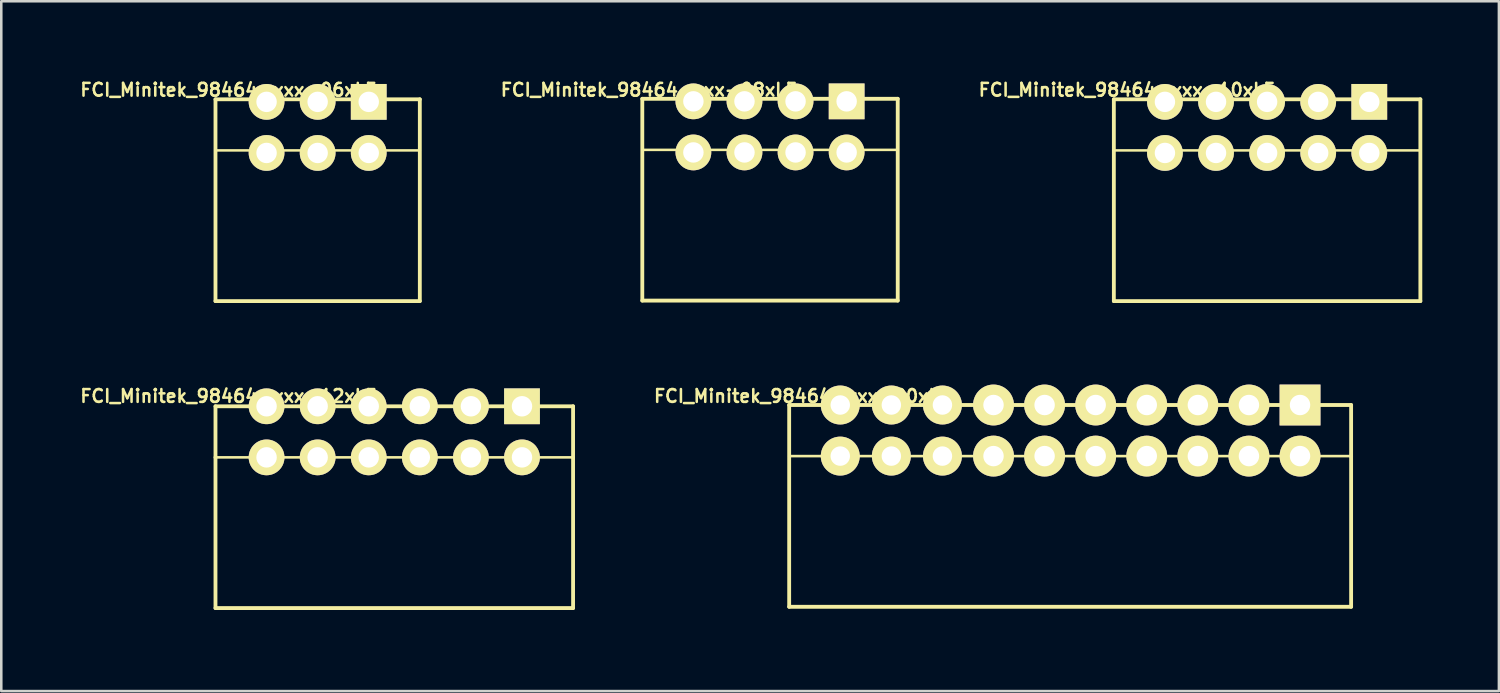
<source format=kicad_pcb>
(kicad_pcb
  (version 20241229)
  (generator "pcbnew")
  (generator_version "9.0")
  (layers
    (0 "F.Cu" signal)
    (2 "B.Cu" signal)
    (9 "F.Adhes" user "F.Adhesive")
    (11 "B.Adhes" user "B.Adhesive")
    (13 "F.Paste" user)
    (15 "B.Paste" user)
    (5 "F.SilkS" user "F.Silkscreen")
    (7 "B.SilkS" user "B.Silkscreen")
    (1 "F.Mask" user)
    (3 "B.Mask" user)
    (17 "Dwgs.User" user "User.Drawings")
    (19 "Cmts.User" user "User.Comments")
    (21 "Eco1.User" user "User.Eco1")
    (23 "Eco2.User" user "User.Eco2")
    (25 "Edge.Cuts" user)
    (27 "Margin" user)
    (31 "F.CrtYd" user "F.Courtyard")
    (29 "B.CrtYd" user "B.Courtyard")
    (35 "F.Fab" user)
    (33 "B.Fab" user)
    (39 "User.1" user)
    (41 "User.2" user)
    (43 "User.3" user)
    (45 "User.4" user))
  (footprint "FCI_Minitek_98464-xxx-10xLF"
    (layer "F.Cu")
    (at 46.557 8.738)
    (property "Reference" "FCI_Minitek_98464-xxx-10xLF" (at -5.5 -8.27 0) (layer "F.SilkS") (effects (font (size 0.5 0.5) (thickness 0.1))))
    (attr through_hole)
    (fp_line (start -6 0) (end -6 -7.9) (stroke (width 0.15) (type solid)) (layer "F.SilkS"))
    (fp_line (start 6 -7.9) (end -6 -7.9) (stroke (width 0.15) (type solid)) (layer "F.SilkS"))
    (fp_line (start 6 -5.9) (end -6 -5.9) (stroke (width 0.1) (type solid)) (layer "F.SilkS"))
    (fp_line (start 6 0) (end -6 0) (stroke (width 0.15) (type solid)) (layer "F.SilkS"))
    (fp_line (start 6 0) (end 6 -7.9) (stroke (width 0.15) (type solid)) (layer "F.SilkS"))
    (pad "1" thru_hole rect (at 4 -7.8 180) (size 1.4 1.4) (drill 0.8) (layers "*.Cu" "*.Mask" "F.SilkS"))
    (pad "2" thru_hole circle (at 4 -5.8 180) (size 1.4 1.4) (drill 0.8) (layers "*.Cu" "*.Mask" "F.SilkS"))
    (pad "3" thru_hole circle (at 2 -7.8 180) (size 1.4 1.4) (drill 0.8) (layers "*.Cu" "*.Mask" "F.SilkS"))
    (pad "4" thru_hole circle (at 2 -5.8 180) (size 1.4 1.4) (drill 0.8) (layers "*.Cu" "*.Mask" "F.SilkS"))
    (pad "5" thru_hole circle (at 0 -7.8 180) (size 1.4 1.4) (drill 0.8) (layers "*.Cu" "*.Mask" "F.SilkS"))
    (pad "6" thru_hole circle (at 0 -5.8 180) (size 1.4 1.4) (drill 0.8) (layers "*.Cu" "*.Mask" "F.SilkS"))
    (pad "7" thru_hole circle (at -2 -7.8 180) (size 1.4 1.4) (drill 0.8) (layers "*.Cu" "*.Mask" "F.SilkS"))
    (pad "8" thru_hole circle (at -2 -5.8 180) (size 1.4 1.4) (drill 0.8) (layers "*.Cu" "*.Mask" "F.SilkS"))
    (pad "9" thru_hole circle (at -4 -7.8 180) (size 1.4 1.4) (drill 0.8) (layers "*.Cu" "*.Mask" "F.SilkS"))
    (pad "10" thru_hole circle (at -4 -5.8 180) (size 1.4 1.4) (drill 0.8) (layers "*.Cu" "*.Mask" "F.SilkS")))
  (footprint "FCI_Minitek_98464-xxx-12xLF"
    (layer "F.Cu")
    (at 12.386 20.756)
    (property "Reference" "FCI_Minitek_98464-xxx-12xLF" (at -6.5 -8.3 0) (layer "F.SilkS") (effects (font (size 0.5 0.5) (thickness 0.1))))
    (attr through_hole)
    (fp_line (start -7 -7.9) (end 7 -7.9) (stroke (width 0.15) (type solid)) (layer "F.SilkS"))
    (fp_line (start -7 -5.9) (end -7 -7.9) (stroke (width 0.15) (type solid)) (layer "F.SilkS"))
    (fp_line (start -7 0) (end -7 -5.9) (stroke (width 0.15) (type solid)) (layer "F.SilkS"))
    (fp_line (start 7 -7.9) (end 7 -5.9) (stroke (width 0.15) (type solid)) (layer "F.SilkS"))
    (fp_line (start 7 -5.9) (end -7 -5.9) (stroke (width 0.1) (type solid)) (layer "F.SilkS"))
    (fp_line (start 7 0) (end -7 0) (stroke (width 0.15) (type solid)) (layer "F.SilkS"))
    (fp_line (start 7 0) (end 7 -5.9) (stroke (width 0.15) (type solid)) (layer "F.SilkS"))
    (pad "1" thru_hole rect (at 5 -7.9 180) (size 1.4 1.4) (drill 0.8) (layers "*.Cu" "*.Mask" "F.SilkS"))
    (pad "2" thru_hole circle (at 5 -5.9 180) (size 1.4 1.4) (drill 0.8) (layers "*.Cu" "*.Mask" "F.SilkS"))
    (pad "3" thru_hole circle (at 3 -7.9 180) (size 1.4 1.4) (drill 0.8) (layers "*.Cu" "*.Mask" "F.SilkS"))
    (pad "4" thru_hole circle (at 3 -5.9 180) (size 1.4 1.4) (drill 0.8) (layers "*.Cu" "*.Mask" "F.SilkS"))
    (pad "5" thru_hole circle (at 1 -7.9 180) (size 1.4 1.4) (drill 0.8) (layers "*.Cu" "*.Mask" "F.SilkS"))
    (pad "6" thru_hole circle (at 1 -5.9 180) (size 1.4 1.4) (drill 0.8) (layers "*.Cu" "*.Mask" "F.SilkS"))
    (pad "7" thru_hole circle (at -1 -7.9 180) (size 1.4 1.4) (drill 0.8) (layers "*.Cu" "*.Mask" "F.SilkS"))
    (pad "8" thru_hole circle (at -1 -5.9 180) (size 1.4 1.4) (drill 0.8) (layers "*.Cu" "*.Mask" "F.SilkS"))
    (pad "9" thru_hole circle (at -3 -7.9 180) (size 1.4 1.4) (drill 0.8) (layers "*.Cu" "*.Mask" "F.SilkS"))
    (pad "10" thru_hole circle (at -3 -5.9 180) (size 1.4 1.4) (drill 0.8) (layers "*.Cu" "*.Mask" "F.SilkS"))
    (pad "11" thru_hole circle (at -5 -7.9 180) (size 1.4 1.4) (drill 0.8) (layers "*.Cu" "*.Mask" "F.SilkS"))
    (pad "12" thru_hole circle (at -5 -5.9 180) (size 1.4 1.4) (drill 0.8) (layers "*.Cu" "*.Mask" "F.SilkS")))
  (footprint "FCI_Minitek_98464-xxx-20xLF"
    (layer "F.Cu")
    (at 38.846 20.706)
    (property "Reference" "FCI_Minitek_98464-xxx-20xLF" (at -10.5 -8.25 0) (layer "F.SilkS") (effects (font (size 0.5 0.5) (thickness 0.1))))
    (attr through_hole)
    (fp_line (start -11 -7.9) (end 11 -7.9) (stroke (width 0.15) (type solid)) (layer "F.SilkS"))
    (fp_line (start -11 0) (end -11 -7.9) (stroke (width 0.15) (type solid)) (layer "F.SilkS"))
    (fp_line (start 11 -7.9) (end 11 -5.9) (stroke (width 0.15) (type solid)) (layer "F.SilkS"))
    (fp_line (start 11 -5.9) (end -11 -5.9) (stroke (width 0.1) (type solid)) (layer "F.SilkS"))
    (fp_line (start 11 0) (end -11 0) (stroke (width 0.15) (type solid)) (layer "F.SilkS"))
    (fp_line (start 11 0) (end 11 -5.9) (stroke (width 0.15) (type solid)) (layer "F.SilkS"))
    (pad "1" thru_hole rect (at 9 -7.9 180) (size 1.6 1.6) (drill 0.8) (layers "*.Cu" "*.Mask" "F.SilkS"))
    (pad "2" thru_hole circle (at 9 -5.9 180) (size 1.6 1.6) (drill 0.8) (layers "*.Cu" "*.Mask" "F.SilkS"))
    (pad "3" thru_hole circle (at 7 -7.9 180) (size 1.6 1.6) (drill 0.8) (layers "*.Cu" "*.Mask" "F.SilkS"))
    (pad "4" thru_hole circle (at 7 -5.9 180) (size 1.6 1.6) (drill 0.8) (layers "*.Cu" "*.Mask" "F.SilkS"))
    (pad "5" thru_hole circle (at 5 -7.9 180) (size 1.6 1.6) (drill 0.8) (layers "*.Cu" "*.Mask" "F.SilkS"))
    (pad "6" thru_hole circle (at 5 -5.9 180) (size 1.6 1.6) (drill 0.8) (layers "*.Cu" "*.Mask" "F.SilkS"))
    (pad "7" thru_hole circle (at 3 -7.9 180) (size 1.6 1.6) (drill 0.8) (layers "*.Cu" "*.Mask" "F.SilkS"))
    (pad "8" thru_hole circle (at 3 -5.9 180) (size 1.6 1.6) (drill 0.8) (layers "*.Cu" "*.Mask" "F.SilkS"))
    (pad "9" thru_hole circle (at 1 -7.9 180) (size 1.6 1.6) (drill 0.8) (layers "*.Cu" "*.Mask" "F.SilkS"))
    (pad "10" thru_hole circle (at 1 -5.9 180) (size 1.6 1.6) (drill 0.8) (layers "*.Cu" "*.Mask" "F.SilkS"))
    (pad "11" thru_hole circle (at -1 -7.9 180) (size 1.6 1.6) (drill 0.8) (layers "*.Cu" "*.Mask" "F.SilkS"))
    (pad "12" thru_hole circle (at -1 -5.9 180) (size 1.6 1.6) (drill 0.8) (layers "*.Cu" "*.Mask" "F.SilkS"))
    (pad "13" thru_hole circle (at -3 -7.9 180) (size 1.6 1.6) (drill 0.8) (layers "*.Cu" "*.Mask" "F.SilkS"))
    (pad "14" thru_hole circle (at -3 -5.9 180) (size 1.6 1.6) (drill 0.8) (layers "*.Cu" "*.Mask" "F.SilkS"))
    (pad "15" thru_hole circle (at -5 -7.9 180) (size 1.524 1.524) (drill 0.762) (layers "*.Cu" "*.Mask" "F.SilkS"))
    (pad "16" thru_hole circle (at -5 -5.9 180) (size 1.524 1.524) (drill 0.762) (layers "*.Cu" "*.Mask" "F.SilkS"))
    (pad "17" thru_hole circle (at -7 -7.9 180) (size 1.524 1.524) (drill 0.762) (layers "*.Cu" "*.Mask" "F.SilkS"))
    (pad "18" thru_hole circle (at -7 -5.9 180) (size 1.524 1.524) (drill 0.762) (layers "*.Cu" "*.Mask" "F.SilkS"))
    (pad "19" thru_hole circle (at -9 -7.9 180) (size 1.524 1.524) (drill 0.762) (layers "*.Cu" "*.Mask" "F.SilkS"))
    (pad "20" thru_hole circle (at -9 -5.9 180) (size 1.524 1.524) (drill 0.762) (layers "*.Cu" "*.Mask" "F.SilkS")))
  (footprint "FCI_Minitek_98464-xxx-08xLF"
    (layer "F.Cu")
    (at 27.096 8.718)
    (property "Reference" "FCI_Minitek_98464-xxx-08xLF" (at -4.75 -8.25 0) (layer "F.SilkS") (effects (font (size 0.5 0.5) (thickness 0.1))))
    (attr through_hole)
    (fp_line (start -5 0) (end -5 -7.9) (stroke (width 0.15) (type solid)) (layer "F.SilkS"))
    (fp_line (start 5 -7.9) (end -5 -7.9) (stroke (width 0.15) (type solid)) (layer "F.SilkS"))
    (fp_line (start 5 -5.9) (end -5 -5.9) (stroke (width 0.1) (type solid)) (layer "F.SilkS"))
    (fp_line (start 5 0) (end -5 0) (stroke (width 0.15) (type solid)) (layer "F.SilkS"))
    (fp_line (start 5 0) (end 5 -7.9) (stroke (width 0.15) (type solid)) (layer "F.SilkS"))
    (pad "1" thru_hole rect (at 3 -7.8 180) (size 1.4 1.4) (drill 0.8) (layers "*.Cu" "*.Mask" "F.SilkS"))
    (pad "2" thru_hole circle (at 3 -5.8 180) (size 1.4 1.4) (drill 0.8) (layers "*.Cu" "*.Mask" "F.SilkS"))
    (pad "3" thru_hole circle (at 1 -7.8 180) (size 1.4 1.4) (drill 0.8) (layers "*.Cu" "*.Mask" "F.SilkS"))
    (pad "4" thru_hole circle (at 1 -5.8 180) (size 1.4 1.4) (drill 0.8) (layers "*.Cu" "*.Mask" "F.SilkS"))
    (pad "5" thru_hole circle (at -1 -7.8 180) (size 1.4 1.4) (drill 0.8) (layers "*.Cu" "*.Mask" "F.SilkS"))
    (pad "6" thru_hole circle (at -1 -5.8 180) (size 1.4 1.4) (drill 0.8) (layers "*.Cu" "*.Mask" "F.SilkS"))
    (pad "7" thru_hole circle (at -3 -7.8 180) (size 1.4 1.4) (drill 0.8) (layers "*.Cu" "*.Mask" "F.SilkS"))
    (pad "8" thru_hole circle (at -3 -5.8 180) (size 1.4 1.4) (drill 0.8) (layers "*.Cu" "*.Mask" "F.SilkS")))
  (footprint "FCI_Minitek_98464-xxx-06xLF"
    (layer "F.Cu")
    (at 9.386 8.738)
    (property "Reference" "FCI_Minitek_98464-xxx-06xLF" (at -3.5 -8.27 0) (layer "F.SilkS") (effects (font (size 0.5 0.5) (thickness 0.1))))
    (attr through_hole)
    (fp_line (start -4 0) (end -4 -7.9) (stroke (width 0.15) (type solid)) (layer "F.SilkS"))
    (fp_line (start 4 -7.9) (end -4 -7.9) (stroke (width 0.15) (type solid)) (layer "F.SilkS"))
    (fp_line (start 4 -5.9) (end -4 -5.9) (stroke (width 0.1) (type solid)) (layer "F.SilkS"))
    (fp_line (start 4 0) (end -4 0) (stroke (width 0.15) (type solid)) (layer "F.SilkS"))
    (fp_line (start 4 0) (end 4 -7.9) (stroke (width 0.15) (type solid)) (layer "F.SilkS"))
    (pad "1" thru_hole rect (at 2 -7.8 180) (size 1.4 1.4) (drill 0.8) (layers "*.Cu" "*.Mask" "F.SilkS"))
    (pad "2" thru_hole circle (at 2 -5.8) (size 1.4 1.4) (drill 0.8) (layers "*.Cu" "*.Mask" "F.SilkS"))
    (pad "3" thru_hole circle (at 0 -7.8) (size 1.4 1.4) (drill 0.8) (layers "*.Cu" "*.Mask" "F.SilkS"))
    (pad "4" thru_hole circle (at 0 -5.8) (size 1.4 1.4) (drill 0.8) (layers "*.Cu" "*.Mask" "F.SilkS"))
    (pad "5" thru_hole circle (at -2 -7.8) (size 1.4 1.4) (drill 0.8) (layers "*.Cu" "*.Mask" "F.SilkS"))
    (pad "6" thru_hole circle (at -2 -5.8) (size 1.4 1.4) (drill 0.8) (layers "*.Cu" "*.Mask" "F.SilkS")))
  (gr_rect
    (start -3 -3)
    (end 55.632 24.006)
    (stroke (width 0.1) (type default))
    (fill no)
    (layer "Edge.Cuts")))
</source>
